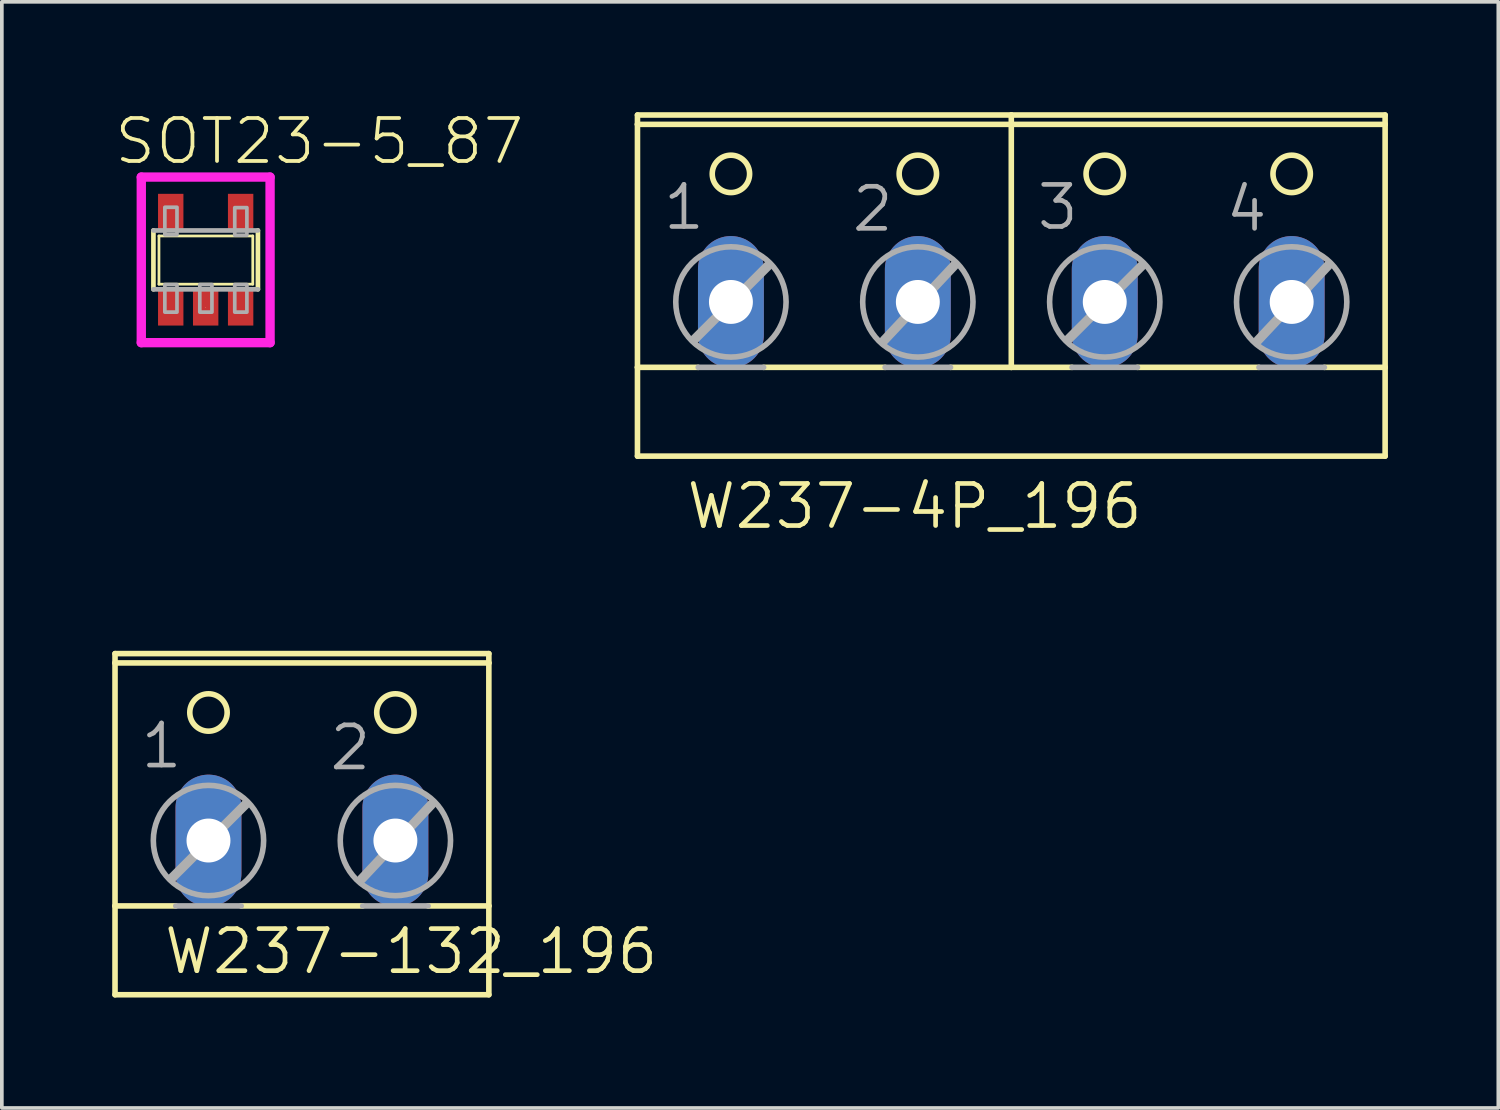
<source format=kicad_pcb>
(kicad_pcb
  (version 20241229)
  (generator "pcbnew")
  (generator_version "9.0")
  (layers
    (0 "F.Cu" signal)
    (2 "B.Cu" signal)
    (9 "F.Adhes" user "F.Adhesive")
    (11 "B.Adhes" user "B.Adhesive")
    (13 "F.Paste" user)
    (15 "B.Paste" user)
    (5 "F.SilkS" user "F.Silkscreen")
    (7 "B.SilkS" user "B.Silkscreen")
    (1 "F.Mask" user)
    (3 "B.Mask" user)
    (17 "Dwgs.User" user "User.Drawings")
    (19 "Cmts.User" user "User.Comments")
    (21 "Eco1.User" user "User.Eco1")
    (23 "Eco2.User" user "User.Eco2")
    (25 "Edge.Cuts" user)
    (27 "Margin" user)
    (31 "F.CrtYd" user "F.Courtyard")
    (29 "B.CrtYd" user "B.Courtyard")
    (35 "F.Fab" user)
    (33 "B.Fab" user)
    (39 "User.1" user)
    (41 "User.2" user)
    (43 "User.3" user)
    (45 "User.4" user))
  (footprint "SOT23-5_87"
    (layer "F.Cu")
    (at 2.54 4.013)
    (property "Reference" "SOT23-5_87" (at -2.54 -2.54 0) (unlocked yes) (layer "F.SilkS") (effects (font (size 1.168 1.168) (thickness 0.102)) (justify left bottom)))
    (fp_line (start -1.42 0.8) (end -1.42 -0.8) (stroke (width 0.127) (type solid)) (layer "F.SilkS"))
    (fp_line (start -1.27 -0.65) (end 1.28 -0.65) (stroke (width 0.075) (type solid)) (layer "F.SilkS"))
    (fp_line (start -1.27 0.66) (end -1.27 -0.65) (stroke (width 0.075) (type solid)) (layer "F.SilkS"))
    (fp_line (start 0 1.29) (end 0 1.3) (stroke (width 0.01) (type solid)) (layer "F.SilkS"))
    (fp_line (start 1.28 -0.65) (end 1.28 0.66) (stroke (width 0.075) (type solid)) (layer "F.SilkS"))
    (fp_line (start 1.28 0.66) (end -1.27 0.66) (stroke (width 0.075) (type solid)) (layer "F.SilkS"))
    (fp_line (start 1.42 -0.8) (end 1.42 0.8) (stroke (width 0.127) (type solid)) (layer "F.SilkS"))
    (fp_line (start -1.75 -2.25) (end 1.75 -2.25) (stroke (width 0.254) (type solid)) (layer "F.CrtYd"))
    (fp_line (start -1.75 2.25) (end -1.75 -2.25) (stroke (width 0.254) (type solid)) (layer "F.CrtYd"))
    (fp_line (start 1.75 -2.25) (end 1.75 2.25) (stroke (width 0.254) (type solid)) (layer "F.CrtYd"))
    (fp_line (start 1.75 2.25) (end -1.75 2.25) (stroke (width 0.254) (type solid)) (layer "F.CrtYd"))
    (fp_line (start -1.42 -0.8) (end 1.42 -0.8) (stroke (width 0.127) (type solid)) (layer "F.Fab"))
    (fp_line (start 1.42 0.8) (end -1.42 0.8) (stroke (width 0.127) (type solid)) (layer "F.Fab"))
    (fp_poly (pts (xy -1.11 -0.68) (xy -0.78 -0.68) (xy -0.78 -1.43) (xy -1.11 -1.43)) (stroke (width 0.1) (type default)) (fill no) (layer "F.Fab"))
    (fp_poly (pts (xy -1.11 1.42) (xy -0.78 1.42) (xy -0.78 0.67) (xy -1.11 0.67)) (stroke (width 0.1) (type default)) (fill no) (layer "F.Fab"))
    (fp_poly (pts (xy -0.16 1.42) (xy 0.17 1.42) (xy 0.17 0.67) (xy -0.16 0.67)) (stroke (width 0.1) (type default)) (fill no) (layer "F.Fab"))
    (fp_poly (pts (xy 0.79 -0.67) (xy 1.12 -0.67) (xy 1.12 -1.42) (xy 0.79 -1.42)) (stroke (width 0.1) (type default)) (fill no) (layer "F.Fab"))
    (fp_poly (pts (xy 0.79 1.42) (xy 1.12 1.42) (xy 1.12 0.67) (xy 0.79 0.67)) (stroke (width 0.1) (type default)) (fill no) (layer "F.Fab"))
    (pad "1" smd rect (at -0.95 1.29) (size 0.69 0.99) (layers "F.Cu" "F.Mask" "F.Paste"))
    (pad "2" smd rect (at 0 1.29) (size 0.69 0.99) (layers "F.Cu" "F.Mask" "F.Paste"))
    (pad "3" smd rect (at 0.95 1.29) (size 0.69 0.99) (layers "F.Cu" "F.Mask" "F.Paste"))
    (pad "4" smd rect (at 0.95 -1.3) (size 0.69 0.99) (layers "F.Cu" "F.Mask" "F.Paste"))
    (pad "5" smd rect (at -0.95 -1.3) (size 0.69 0.99) (layers "F.Cu" "F.Mask" "F.Paste")))
  (footprint "W237-132_196"
    (layer "F.Cu")
    (at 5.156 19.159)
    (property "Reference" "W237-132_196" (at -3.81 4.318 0) (unlocked yes) (layer "F.SilkS") (effects (font (size 1.143 1.143) (thickness 0.127)) (justify left bottom)))
    (fp_line (start -5.08 -4.445) (end 5.08 -4.445) (stroke (width 0.152) (type solid)) (layer "F.SilkS"))
    (fp_line (start -5.08 -4.191) (end -5.08 -4.445) (stroke (width 0.152) (type solid)) (layer "F.SilkS"))
    (fp_line (start -5.08 -4.191) (end -5.08 2.413) (stroke (width 0.152) (type solid)) (layer "F.SilkS"))
    (fp_line (start -5.08 -4.191) (end 5.08 -4.191) (stroke (width 0.152) (type solid)) (layer "F.SilkS"))
    (fp_line (start -5.08 2.413) (end -5.08 4.826) (stroke (width 0.152) (type solid)) (layer "F.SilkS"))
    (fp_line (start -5.08 2.413) (end -3.429 2.413) (stroke (width 0.152) (type solid)) (layer "F.SilkS"))
    (fp_line (start -1.651 2.413) (end 1.651 2.413) (stroke (width 0.152) (type solid)) (layer "F.SilkS"))
    (fp_line (start 3.429 2.413) (end 5.08 2.413) (stroke (width 0.152) (type solid)) (layer "F.SilkS"))
    (fp_line (start 5.08 -4.191) (end 5.08 -4.445) (stroke (width 0.152) (type solid)) (layer "F.SilkS"))
    (fp_line (start 5.08 2.413) (end 5.08 -4.191) (stroke (width 0.152) (type solid)) (layer "F.SilkS"))
    (fp_line (start 5.08 4.826) (end -5.08 4.826) (stroke (width 0.152) (type solid)) (layer "F.SilkS"))
    (fp_line (start 5.08 4.826) (end 5.08 2.413) (stroke (width 0.152) (type solid)) (layer "F.SilkS"))
    (fp_circle (center -2.54 -2.845) (end -2.032 -2.845) (stroke (width 0.152) (type solid)) (fill no) (layer "F.SilkS"))
    (fp_circle (center 2.54 -2.845) (end 3.048 -2.845) (stroke (width 0.152) (type solid)) (fill no) (layer "F.SilkS"))
    (fp_line (start -3.531 1.651) (end -1.524 -0.356) (stroke (width 0.254) (type solid)) (layer "F.Fab"))
    (fp_line (start -3.429 2.413) (end -1.651 2.413) (stroke (width 0.152) (type solid)) (layer "F.Fab"))
    (fp_line (start 1.626 1.676) (end 3.531 -0.356) (stroke (width 0.254) (type solid)) (layer "F.Fab"))
    (fp_line (start 1.651 2.413) (end 3.429 2.413) (stroke (width 0.152) (type solid)) (layer "F.Fab"))
    (fp_circle (center -2.54 0.635) (end -1.041 0.635) (stroke (width 0.152) (type solid)) (fill no) (layer "F.Fab"))
    (fp_circle (center 2.54 0.635) (end 4.039 0.635) (stroke (width 0.152) (type solid)) (fill no) (layer "F.Fab"))
    (fp_text user "1" (at -4.445 -1.27 0) (unlocked yes) (layer "F.Fab") (effects (font (size 1.143 1.143) (thickness 0.127)) (justify left bottom)))
    (fp_text user "2" (at 0.686 -1.219 0) (unlocked yes) (layer "F.Fab") (effects (font (size 1.143 1.143) (thickness 0.127)) (justify left bottom)))
    (pad "1" thru_hole oval (at -2.54 0.635 90) (size 3.581 1.791) (drill 1.194) (layers "*.Cu" "*.Mask"))
    (pad "2" thru_hole oval (at 2.54 0.635 90) (size 3.581 1.791) (drill 1.194) (layers "*.Cu" "*.Mask")))
  (footprint "W237-4P_196"
    (layer "F.Cu")
    (at 24.435 4.521)
    (property "Reference" "W237-4P_196" (at -8.89 6.858 0) (unlocked yes) (layer "F.SilkS") (effects (font (size 1.143 1.143) (thickness 0.127)) (justify left bottom)))
    (fp_line (start -10.16 -4.191) (end -10.16 -4.445) (stroke (width 0.152) (type solid)) (layer "F.SilkS"))
    (fp_line (start -10.16 -4.191) (end 10.16 -4.191) (stroke (width 0.152) (type solid)) (layer "F.SilkS"))
    (fp_line (start -10.16 2.413) (end -10.16 -4.191) (stroke (width 0.152) (type solid)) (layer "F.SilkS"))
    (fp_line (start -10.16 2.413) (end -8.509 2.413) (stroke (width 0.152) (type solid)) (layer "F.SilkS"))
    (fp_line (start -10.16 4.826) (end -10.16 2.413) (stroke (width 0.152) (type solid)) (layer "F.SilkS"))
    (fp_line (start -10.16 4.826) (end 10.16 4.826) (stroke (width 0.152) (type solid)) (layer "F.SilkS"))
    (fp_line (start -6.731 2.413) (end -3.429 2.413) (stroke (width 0.152) (type solid)) (layer "F.SilkS"))
    (fp_line (start -1.651 2.413) (end 0 2.413) (stroke (width 0.152) (type solid)) (layer "F.SilkS"))
    (fp_line (start 0 -4.445) (end -10.16 -4.445) (stroke (width 0.152) (type solid)) (layer "F.SilkS"))
    (fp_line (start 0 -4.445) (end 0 2.413) (stroke (width 0.152) (type solid)) (layer "F.SilkS"))
    (fp_line (start 0 2.413) (end 1.651 2.413) (stroke (width 0.152) (type solid)) (layer "F.SilkS"))
    (fp_line (start 3.429 2.413) (end 6.731 2.413) (stroke (width 0.152) (type solid)) (layer "F.SilkS"))
    (fp_line (start 8.509 2.413) (end 10.16 2.413) (stroke (width 0.152) (type solid)) (layer "F.SilkS"))
    (fp_line (start 10.16 -4.445) (end 0 -4.445) (stroke (width 0.152) (type solid)) (layer "F.SilkS"))
    (fp_line (start 10.16 -4.445) (end 10.16 -4.191) (stroke (width 0.152) (type solid)) (layer "F.SilkS"))
    (fp_line (start 10.16 -4.191) (end 10.16 2.413) (stroke (width 0.152) (type solid)) (layer "F.SilkS"))
    (fp_line (start 10.16 2.413) (end 10.16 4.826) (stroke (width 0.152) (type solid)) (layer "F.SilkS"))
    (fp_circle (center -7.62 -2.845) (end -7.112 -2.845) (stroke (width 0.152) (type solid)) (fill no) (layer "F.SilkS"))
    (fp_circle (center -2.54 -2.845) (end -2.032 -2.845) (stroke (width 0.152) (type solid)) (fill no) (layer "F.SilkS"))
    (fp_circle (center 2.54 -2.845) (end 3.048 -2.845) (stroke (width 0.152) (type solid)) (fill no) (layer "F.SilkS"))
    (fp_circle (center 7.62 -2.845) (end 8.128 -2.845) (stroke (width 0.152) (type solid)) (fill no) (layer "F.SilkS"))
    (fp_line (start -8.611 1.651) (end -6.604 -0.356) (stroke (width 0.254) (type solid)) (layer "F.Fab"))
    (fp_line (start -8.509 2.413) (end -6.731 2.413) (stroke (width 0.152) (type solid)) (layer "F.Fab"))
    (fp_line (start -3.454 1.676) (end -1.549 -0.356) (stroke (width 0.254) (type solid)) (layer "F.Fab"))
    (fp_line (start -3.429 2.413) (end -1.651 2.413) (stroke (width 0.152) (type solid)) (layer "F.Fab"))
    (fp_line (start 1.549 1.651) (end 3.556 -0.356) (stroke (width 0.254) (type solid)) (layer "F.Fab"))
    (fp_line (start 1.651 2.413) (end 3.429 2.413) (stroke (width 0.152) (type solid)) (layer "F.Fab"))
    (fp_line (start 6.706 1.676) (end 8.611 -0.356) (stroke (width 0.254) (type solid)) (layer "F.Fab"))
    (fp_line (start 6.731 2.413) (end 8.509 2.413) (stroke (width 0.152) (type solid)) (layer "F.Fab"))
    (fp_circle (center -7.62 0.635) (end -6.121 0.635) (stroke (width 0.152) (type solid)) (fill no) (layer "F.Fab"))
    (fp_circle (center -2.54 0.635) (end -1.041 0.635) (stroke (width 0.152) (type solid)) (fill no) (layer "F.Fab"))
    (fp_circle (center 2.54 0.635) (end 4.039 0.635) (stroke (width 0.152) (type solid)) (fill no) (layer "F.Fab"))
    (fp_circle (center 7.62 0.635) (end 9.119 0.635) (stroke (width 0.152) (type solid)) (fill no) (layer "F.Fab"))
    (fp_text user "1" (at -9.525 -1.27 0) (unlocked yes) (layer "F.Fab") (effects (font (size 1.143 1.143) (thickness 0.127)) (justify left bottom)))
    (fp_text user "3" (at 0.635 -1.27 0) (unlocked yes) (layer "F.Fab") (effects (font (size 1.143 1.143) (thickness 0.127)) (justify left bottom)))
    (fp_text user "4" (at 5.766 -1.219 0) (unlocked yes) (layer "F.Fab") (effects (font (size 1.143 1.143) (thickness 0.127)) (justify left bottom)))
    (fp_text user "2" (at -4.394 -1.219 0) (unlocked yes) (layer "F.Fab") (effects (font (size 1.143 1.143) (thickness 0.127)) (justify left bottom)))
    (pad "1" thru_hole oval (at -7.62 0.635 90) (size 3.581 1.791) (drill 1.194) (layers "*.Cu" "*.Mask"))
    (pad "2" thru_hole oval (at -2.54 0.635 90) (size 3.581 1.791) (drill 1.194) (layers "*.Cu" "*.Mask"))
    (pad "3" thru_hole oval (at 2.54 0.635 90) (size 3.581 1.791) (drill 1.194) (layers "*.Cu" "*.Mask"))
    (pad "4" thru_hole oval (at 7.62 0.635 90) (size 3.581 1.791) (drill 1.194) (layers "*.Cu" "*.Mask")))
  (gr_rect
    (start -3 -3)
    (end 37.671 27.062)
    (stroke (width 0.1) (type default))
    (fill no)
    (layer "Edge.Cuts")))
</source>
